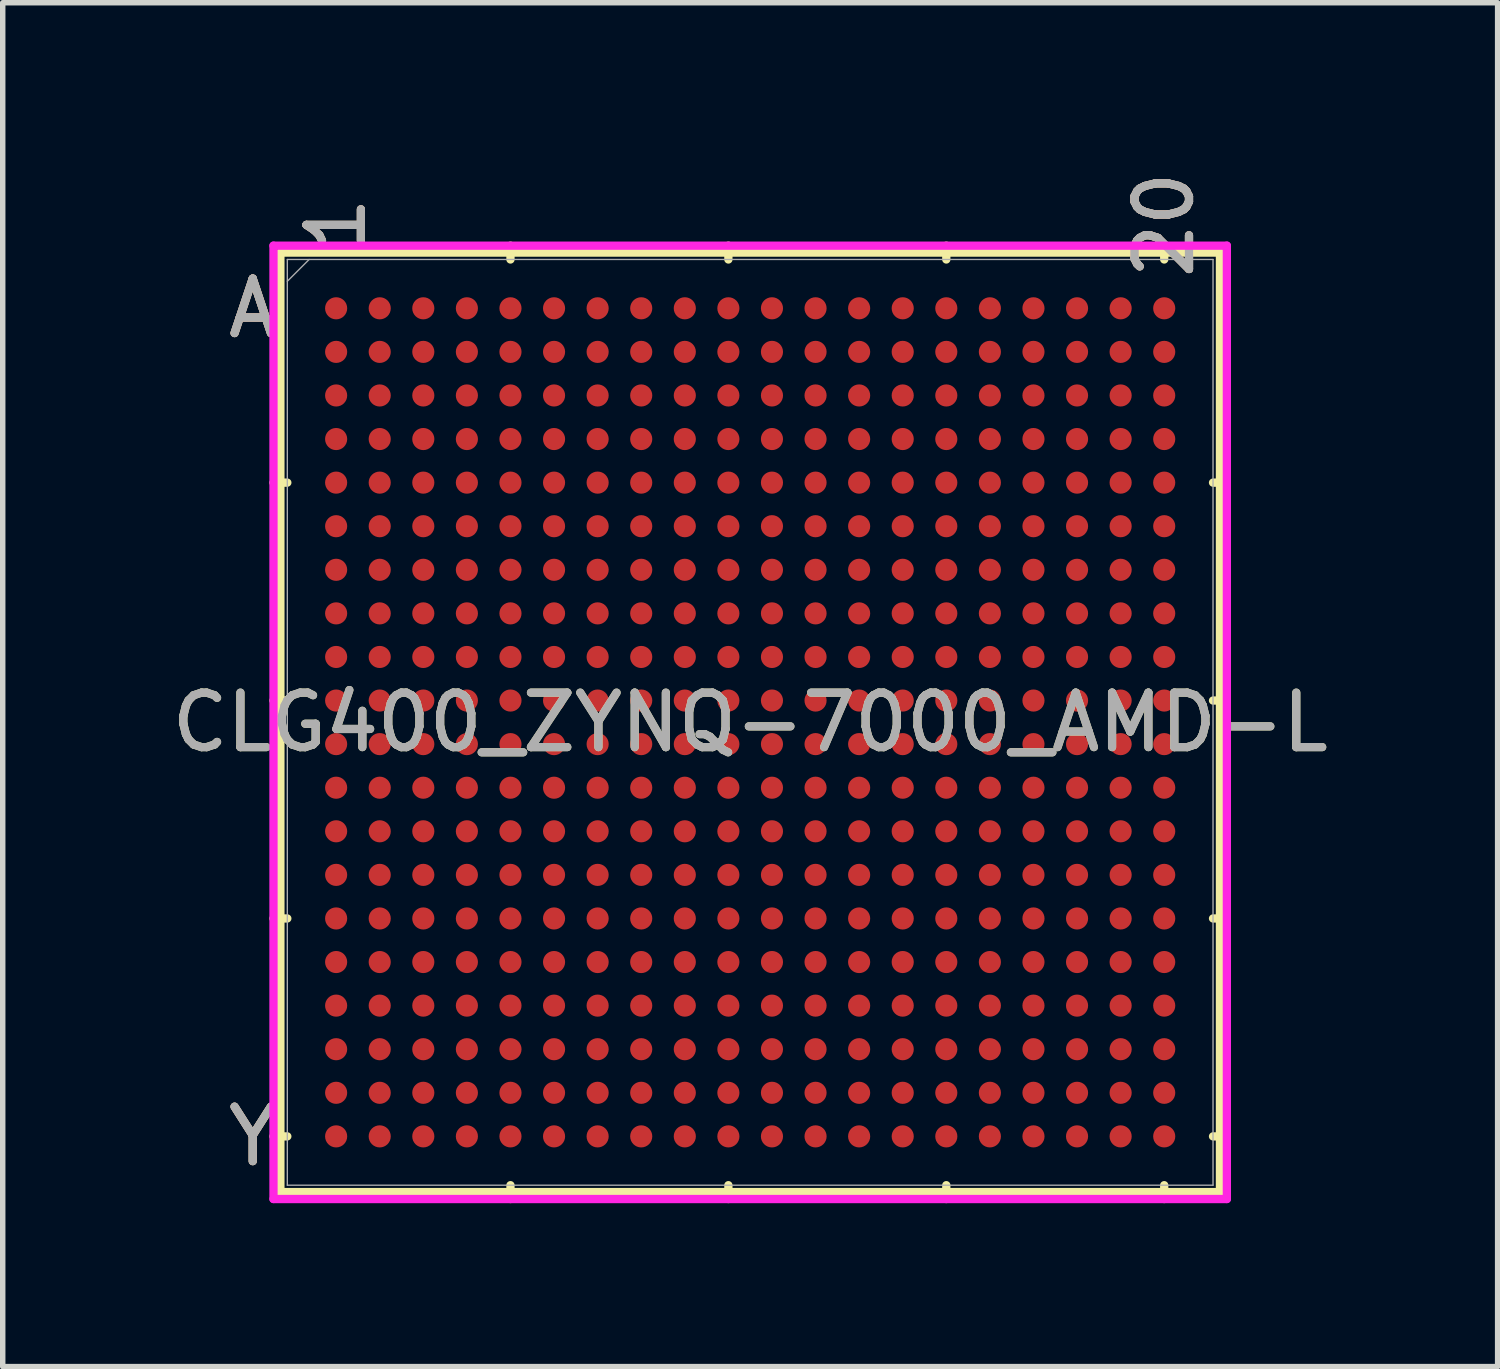
<source format=kicad_pcb>
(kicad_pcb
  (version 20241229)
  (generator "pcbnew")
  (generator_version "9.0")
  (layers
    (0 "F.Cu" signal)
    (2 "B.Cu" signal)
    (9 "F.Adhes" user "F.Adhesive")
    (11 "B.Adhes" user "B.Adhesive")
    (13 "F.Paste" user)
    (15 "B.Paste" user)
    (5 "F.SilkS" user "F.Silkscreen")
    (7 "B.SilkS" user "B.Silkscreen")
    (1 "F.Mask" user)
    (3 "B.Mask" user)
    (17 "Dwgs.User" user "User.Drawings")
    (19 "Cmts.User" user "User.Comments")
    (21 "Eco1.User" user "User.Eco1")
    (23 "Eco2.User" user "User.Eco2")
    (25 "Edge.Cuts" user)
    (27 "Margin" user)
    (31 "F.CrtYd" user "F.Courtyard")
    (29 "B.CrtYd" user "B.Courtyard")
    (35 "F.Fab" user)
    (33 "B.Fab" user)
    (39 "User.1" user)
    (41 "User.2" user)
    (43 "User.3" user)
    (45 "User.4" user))
  (footprint "CLG400_ZYNQ-7000_AMD-L"
    (layer "F.Cu")
    (at 10.72 10.209)
    (property "Reference" "CLG400_ZYNQ-7000_AMD-L" (at 0 0 0) (unlocked yes) (layer "F.SilkS") (effects (font (size 1 1) (thickness 0.15))))
    (attr smd)
    (fp_line (start -8.623 -8.623) (end -8.623 8.623) (stroke (width 0.152) (type solid)) (layer "F.SilkS"))
    (fp_line (start -8.623 8.623) (end 8.623 8.623) (stroke (width 0.152) (type solid)) (layer "F.SilkS"))
    (fp_line (start -8.496 -4.4) (end -8.75 -4.4) (stroke (width 0.152) (type solid)) (layer "F.SilkS"))
    (fp_line (start -8.496 -0.4) (end -8.75 -0.4) (stroke (width 0.152) (type solid)) (layer "F.SilkS"))
    (fp_line (start -8.496 3.6) (end -8.75 3.6) (stroke (width 0.152) (type solid)) (layer "F.SilkS"))
    (fp_line (start -8.496 7.6) (end -8.75 7.6) (stroke (width 0.152) (type solid)) (layer "F.SilkS"))
    (fp_line (start -4.4 -8.496) (end -4.4 -8.75) (stroke (width 0.152) (type solid)) (layer "F.SilkS"))
    (fp_line (start -4.4 8.496) (end -4.4 8.75) (stroke (width 0.152) (type solid)) (layer "F.SilkS"))
    (fp_line (start -0.4 -8.496) (end -0.4 -8.75) (stroke (width 0.152) (type solid)) (layer "F.SilkS"))
    (fp_line (start -0.4 8.496) (end -0.4 8.75) (stroke (width 0.152) (type solid)) (layer "F.SilkS"))
    (fp_line (start 3.6 -8.496) (end 3.6 -8.75) (stroke (width 0.152) (type solid)) (layer "F.SilkS"))
    (fp_line (start 3.6 8.496) (end 3.6 8.75) (stroke (width 0.152) (type solid)) (layer "F.SilkS"))
    (fp_line (start 7.6 -8.496) (end 7.6 -8.75) (stroke (width 0.152) (type solid)) (layer "F.SilkS"))
    (fp_line (start 7.6 8.496) (end 7.6 8.75) (stroke (width 0.152) (type solid)) (layer "F.SilkS"))
    (fp_line (start 8.496 -4.4) (end 8.75 -4.4) (stroke (width 0.152) (type solid)) (layer "F.SilkS"))
    (fp_line (start 8.496 -0.4) (end 8.75 -0.4) (stroke (width 0.152) (type solid)) (layer "F.SilkS"))
    (fp_line (start 8.496 3.6) (end 8.75 3.6) (stroke (width 0.152) (type solid)) (layer "F.SilkS"))
    (fp_line (start 8.496 7.6) (end 8.75 7.6) (stroke (width 0.152) (type solid)) (layer "F.SilkS"))
    (fp_line (start 8.623 -8.623) (end -8.623 -8.623) (stroke (width 0.152) (type solid)) (layer "F.SilkS"))
    (fp_line (start 8.623 8.623) (end 8.623 -8.623) (stroke (width 0.152) (type solid)) (layer "F.SilkS"))
    (fp_poly (pts (xy -8.444 -8.444) (xy 8.444 -8.444) (xy 8.444 8.444) (xy -8.444 8.444)) (stroke (width 0.1) (type solid)) (fill no) (layer "Eco2.User"))
    (fp_line (start -8.75 -8.75) (end 8.75 -8.75) (stroke (width 0.152) (type solid)) (layer "F.CrtYd"))
    (fp_line (start -8.75 8.75) (end -8.75 -8.75) (stroke (width 0.152) (type solid)) (layer "F.CrtYd"))
    (fp_line (start 8.75 -8.75) (end 8.75 8.75) (stroke (width 0.152) (type solid)) (layer "F.CrtYd"))
    (fp_line (start 8.75 8.75) (end -8.75 8.75) (stroke (width 0.152) (type solid)) (layer "F.CrtYd"))
    (fp_line (start -8.496 -8.496) (end -8.496 8.496) (stroke (width 0.025) (type solid)) (layer "F.Fab"))
    (fp_line (start -8.496 8.496) (end 8.496 8.496) (stroke (width 0.025) (type solid)) (layer "F.Fab"))
    (fp_line (start -8.096 -8.496) (end -8.496 -8.096) (stroke (width 0.025) (type solid)) (layer "F.Fab"))
    (fp_line (start 8.496 -8.496) (end -8.496 -8.496) (stroke (width 0.025) (type solid)) (layer "F.Fab"))
    (fp_line (start 8.496 8.496) (end 8.496 -8.496) (stroke (width 0.025) (type solid)) (layer "F.Fab"))
    (fp_text user "1" (at -7.6 -9.131 90) (unlocked yes) (layer "F.SilkS") (effects (font (size 1 1) (thickness 0.15))))
    (fp_text user "20" (at 7.6 -9.131 90) (unlocked yes) (layer "F.SilkS") (effects (font (size 1 1) (thickness 0.15))))
    (fp_text user "A" (at -9.131 -7.6 0) (unlocked yes) (layer "F.SilkS") (effects (font (size 1 1) (thickness 0.15))))
    (fp_text user "Y" (at -9.131 7.6 0) (unlocked yes) (layer "F.SilkS") (effects (font (size 1 1) (thickness 0.15))))
    (fp_text user "A" (at -9.131 -7.6 0) (unlocked yes) (layer "B.SilkS") (effects (font (size 1 1) (thickness 0.15))))
    (fp_text user "Y" (at -9.131 7.6 0) (unlocked yes) (layer "B.SilkS") (effects (font (size 1 1) (thickness 0.15))))
    (fp_text user "1" (at -7.6 -9.131 90) (unlocked yes) (layer "B.SilkS") (effects (font (size 1 1) (thickness 0.15))))
    (fp_text user "20" (at 7.6 -9.131 90) (unlocked yes) (layer "B.SilkS") (effects (font (size 1 1) (thickness 0.15))))
    (fp_text user "Y" (at -9.131 7.6 0) (unlocked yes) (layer "F.Fab") (effects (font (size 1 1) (thickness 0.15))))
    (fp_text user "20" (at 7.6 -9.131 90) (unlocked yes) (layer "F.Fab") (effects (font (size 1 1) (thickness 0.15))))
    (fp_text user "A" (at -9.131 -7.6 0) (unlocked yes) (layer "F.Fab") (effects (font (size 1 1) (thickness 0.15))))
    (fp_text user "1" (at -7.6 -9.131 90) (unlocked yes) (layer "F.Fab") (effects (font (size 1 1) (thickness 0.15))))
    (fp_text user "${REFERENCE}" (at 0 0 0) (unlocked yes) (layer "F.Fab") (effects (font (size 1 1) (thickness 0.15))))
    (pad "A1" smd circle (at -7.6 -7.6) (size 0.406 0.406) (layers "F.Cu" "F.Mask" "F.Paste"))
    (pad "A2" smd circle (at -6.8 -7.6) (size 0.406 0.406) (layers "F.Cu" "F.Mask" "F.Paste"))
    (pad "A3" smd circle (at -6 -7.6) (size 0.406 0.406) (layers "F.Cu" "F.Mask" "F.Paste"))
    (pad "A4" smd circle (at -5.2 -7.6) (size 0.406 0.406) (layers "F.Cu" "F.Mask" "F.Paste"))
    (pad "A5" smd circle (at -4.4 -7.6) (size 0.406 0.406) (layers "F.Cu" "F.Mask" "F.Paste"))
    (pad "A6" smd circle (at -3.6 -7.6) (size 0.406 0.406) (layers "F.Cu" "F.Mask" "F.Paste"))
    (pad "A7" smd circle (at -2.8 -7.6) (size 0.406 0.406) (layers "F.Cu" "F.Mask" "F.Paste"))
    (pad "A8" smd circle (at -2 -7.6) (size 0.406 0.406) (layers "F.Cu" "F.Mask" "F.Paste"))
    (pad "A9" smd circle (at -1.2 -7.6) (size 0.406 0.406) (layers "F.Cu" "F.Mask" "F.Paste"))
    (pad "A10" smd circle (at -0.4 -7.6) (size 0.406 0.406) (layers "F.Cu" "F.Mask" "F.Paste"))
    (pad "A11" smd circle (at 0.4 -7.6) (size 0.406 0.406) (layers "F.Cu" "F.Mask" "F.Paste"))
    (pad "A12" smd circle (at 1.2 -7.6) (size 0.406 0.406) (layers "F.Cu" "F.Mask" "F.Paste"))
    (pad "A13" smd circle (at 2 -7.6) (size 0.406 0.406) (layers "F.Cu" "F.Mask" "F.Paste"))
    (pad "A14" smd circle (at 2.8 -7.6) (size 0.406 0.406) (layers "F.Cu" "F.Mask" "F.Paste"))
    (pad "A15" smd circle (at 3.6 -7.6) (size 0.406 0.406) (layers "F.Cu" "F.Mask" "F.Paste"))
    (pad "A16" smd circle (at 4.4 -7.6) (size 0.406 0.406) (layers "F.Cu" "F.Mask" "F.Paste"))
    (pad "A17" smd circle (at 5.2 -7.6) (size 0.406 0.406) (layers "F.Cu" "F.Mask" "F.Paste"))
    (pad "A18" smd circle (at 6 -7.6) (size 0.406 0.406) (layers "F.Cu" "F.Mask" "F.Paste"))
    (pad "A19" smd circle (at 6.8 -7.6) (size 0.406 0.406) (layers "F.Cu" "F.Mask" "F.Paste"))
    (pad "A20" smd circle (at 7.6 -7.6) (size 0.406 0.406) (layers "F.Cu" "F.Mask" "F.Paste"))
    (pad "B1" smd circle (at -7.6 -6.8) (size 0.406 0.406) (layers "F.Cu" "F.Mask" "F.Paste"))
    (pad "B2" smd circle (at -6.8 -6.8) (size 0.406 0.406) (layers "F.Cu" "F.Mask" "F.Paste"))
    (pad "B3" smd circle (at -6 -6.8) (size 0.406 0.406) (layers "F.Cu" "F.Mask" "F.Paste"))
    (pad "B4" smd circle (at -5.2 -6.8) (size 0.406 0.406) (layers "F.Cu" "F.Mask" "F.Paste"))
    (pad "B5" smd circle (at -4.4 -6.8) (size 0.406 0.406) (layers "F.Cu" "F.Mask" "F.Paste"))
    (pad "B6" smd circle (at -3.6 -6.8) (size 0.406 0.406) (layers "F.Cu" "F.Mask" "F.Paste"))
    (pad "B7" smd circle (at -2.8 -6.8) (size 0.406 0.406) (layers "F.Cu" "F.Mask" "F.Paste"))
    (pad "B8" smd circle (at -2 -6.8) (size 0.406 0.406) (layers "F.Cu" "F.Mask" "F.Paste"))
    (pad "B9" smd circle (at -1.2 -6.8) (size 0.406 0.406) (layers "F.Cu" "F.Mask" "F.Paste"))
    (pad "B10" smd circle (at -0.4 -6.8) (size 0.406 0.406) (layers "F.Cu" "F.Mask" "F.Paste"))
    (pad "B11" smd circle (at 0.4 -6.8) (size 0.406 0.406) (layers "F.Cu" "F.Mask" "F.Paste"))
    (pad "B12" smd circle (at 1.2 -6.8) (size 0.406 0.406) (layers "F.Cu" "F.Mask" "F.Paste"))
    (pad "B13" smd circle (at 2 -6.8) (size 0.406 0.406) (layers "F.Cu" "F.Mask" "F.Paste"))
    (pad "B14" smd circle (at 2.8 -6.8) (size 0.406 0.406) (layers "F.Cu" "F.Mask" "F.Paste"))
    (pad "B15" smd circle (at 3.6 -6.8) (size 0.406 0.406) (layers "F.Cu" "F.Mask" "F.Paste"))
    (pad "B16" smd circle (at 4.4 -6.8) (size 0.406 0.406) (layers "F.Cu" "F.Mask" "F.Paste"))
    (pad "B17" smd circle (at 5.2 -6.8) (size 0.406 0.406) (layers "F.Cu" "F.Mask" "F.Paste"))
    (pad "B18" smd circle (at 6 -6.8) (size 0.406 0.406) (layers "F.Cu" "F.Mask" "F.Paste"))
    (pad "B19" smd circle (at 6.8 -6.8) (size 0.406 0.406) (layers "F.Cu" "F.Mask" "F.Paste"))
    (pad "B20" smd circle (at 7.6 -6.8) (size 0.406 0.406) (layers "F.Cu" "F.Mask" "F.Paste"))
    (pad "C1" smd circle (at -7.6 -6) (size 0.406 0.406) (layers "F.Cu" "F.Mask" "F.Paste"))
    (pad "C2" smd circle (at -6.8 -6) (size 0.406 0.406) (layers "F.Cu" "F.Mask" "F.Paste"))
    (pad "C3" smd circle (at -6 -6) (size 0.406 0.406) (layers "F.Cu" "F.Mask" "F.Paste"))
    (pad "C4" smd circle (at -5.2 -6) (size 0.406 0.406) (layers "F.Cu" "F.Mask" "F.Paste"))
    (pad "C5" smd circle (at -4.4 -6) (size 0.406 0.406) (layers "F.Cu" "F.Mask" "F.Paste"))
    (pad "C6" smd circle (at -3.6 -6) (size 0.406 0.406) (layers "F.Cu" "F.Mask" "F.Paste"))
    (pad "C7" smd circle (at -2.8 -6) (size 0.406 0.406) (layers "F.Cu" "F.Mask" "F.Paste"))
    (pad "C8" smd circle (at -2 -6) (size 0.406 0.406) (layers "F.Cu" "F.Mask" "F.Paste"))
    (pad "C9" smd circle (at -1.2 -6) (size 0.406 0.406) (layers "F.Cu" "F.Mask" "F.Paste"))
    (pad "C10" smd circle (at -0.4 -6) (size 0.406 0.406) (layers "F.Cu" "F.Mask" "F.Paste"))
    (pad "C11" smd circle (at 0.4 -6) (size 0.406 0.406) (layers "F.Cu" "F.Mask" "F.Paste"))
    (pad "C12" smd circle (at 1.2 -6) (size 0.406 0.406) (layers "F.Cu" "F.Mask" "F.Paste"))
    (pad "C13" smd circle (at 2 -6) (size 0.406 0.406) (layers "F.Cu" "F.Mask" "F.Paste"))
    (pad "C14" smd circle (at 2.8 -6) (size 0.406 0.406) (layers "F.Cu" "F.Mask" "F.Paste"))
    (pad "C15" smd circle (at 3.6 -6) (size 0.406 0.406) (layers "F.Cu" "F.Mask" "F.Paste"))
    (pad "C16" smd circle (at 4.4 -6) (size 0.406 0.406) (layers "F.Cu" "F.Mask" "F.Paste"))
    (pad "C17" smd circle (at 5.2 -6) (size 0.406 0.406) (layers "F.Cu" "F.Mask" "F.Paste"))
    (pad "C18" smd circle (at 6 -6) (size 0.406 0.406) (layers "F.Cu" "F.Mask" "F.Paste"))
    (pad "C19" smd circle (at 6.8 -6) (size 0.406 0.406) (layers "F.Cu" "F.Mask" "F.Paste"))
    (pad "C20" smd circle (at 7.6 -6) (size 0.406 0.406) (layers "F.Cu" "F.Mask" "F.Paste"))
    (pad "D1" smd circle (at -7.6 -5.2) (size 0.406 0.406) (layers "F.Cu" "F.Mask" "F.Paste"))
    (pad "D2" smd circle (at -6.8 -5.2) (size 0.406 0.406) (layers "F.Cu" "F.Mask" "F.Paste"))
    (pad "D3" smd circle (at -6 -5.2) (size 0.406 0.406) (layers "F.Cu" "F.Mask" "F.Paste"))
    (pad "D4" smd circle (at -5.2 -5.2) (size 0.406 0.406) (layers "F.Cu" "F.Mask" "F.Paste"))
    (pad "D5" smd circle (at -4.4 -5.2) (size 0.406 0.406) (layers "F.Cu" "F.Mask" "F.Paste"))
    (pad "D6" smd circle (at -3.6 -5.2) (size 0.406 0.406) (layers "F.Cu" "F.Mask" "F.Paste"))
    (pad "D7" smd circle (at -2.8 -5.2) (size 0.406 0.406) (layers "F.Cu" "F.Mask" "F.Paste"))
    (pad "D8" smd circle (at -2 -5.2) (size 0.406 0.406) (layers "F.Cu" "F.Mask" "F.Paste"))
    (pad "D9" smd circle (at -1.2 -5.2) (size 0.406 0.406) (layers "F.Cu" "F.Mask" "F.Paste"))
    (pad "D10" smd circle (at -0.4 -5.2) (size 0.406 0.406) (layers "F.Cu" "F.Mask" "F.Paste"))
    (pad "D11" smd circle (at 0.4 -5.2) (size 0.406 0.406) (layers "F.Cu" "F.Mask" "F.Paste"))
    (pad "D12" smd circle (at 1.2 -5.2) (size 0.406 0.406) (layers "F.Cu" "F.Mask" "F.Paste"))
    (pad "D13" smd circle (at 2 -5.2) (size 0.406 0.406) (layers "F.Cu" "F.Mask" "F.Paste"))
    (pad "D14" smd circle (at 2.8 -5.2) (size 0.406 0.406) (layers "F.Cu" "F.Mask" "F.Paste"))
    (pad "D15" smd circle (at 3.6 -5.2) (size 0.406 0.406) (layers "F.Cu" "F.Mask" "F.Paste"))
    (pad "D16" smd circle (at 4.4 -5.2) (size 0.406 0.406) (layers "F.Cu" "F.Mask" "F.Paste"))
    (pad "D17" smd circle (at 5.2 -5.2) (size 0.406 0.406) (layers "F.Cu" "F.Mask" "F.Paste"))
    (pad "D18" smd circle (at 6 -5.2) (size 0.406 0.406) (layers "F.Cu" "F.Mask" "F.Paste"))
    (pad "D19" smd circle (at 6.8 -5.2) (size 0.406 0.406) (layers "F.Cu" "F.Mask" "F.Paste"))
    (pad "D20" smd circle (at 7.6 -5.2) (size 0.406 0.406) (layers "F.Cu" "F.Mask" "F.Paste"))
    (pad "E1" smd circle (at -7.6 -4.4) (size 0.406 0.406) (layers "F.Cu" "F.Mask" "F.Paste"))
    (pad "E2" smd circle (at -6.8 -4.4) (size 0.406 0.406) (layers "F.Cu" "F.Mask" "F.Paste"))
    (pad "E3" smd circle (at -6 -4.4) (size 0.406 0.406) (layers "F.Cu" "F.Mask" "F.Paste"))
    (pad "E4" smd circle (at -5.2 -4.4) (size 0.406 0.406) (layers "F.Cu" "F.Mask" "F.Paste"))
    (pad "E5" smd circle (at -4.4 -4.4) (size 0.406 0.406) (layers "F.Cu" "F.Mask" "F.Paste"))
    (pad "E6" smd circle (at -3.6 -4.4) (size 0.406 0.406) (layers "F.Cu" "F.Mask" "F.Paste"))
    (pad "E7" smd circle (at -2.8 -4.4) (size 0.406 0.406) (layers "F.Cu" "F.Mask" "F.Paste"))
    (pad "E8" smd circle (at -2 -4.4) (size 0.406 0.406) (layers "F.Cu" "F.Mask" "F.Paste"))
    (pad "E9" smd circle (at -1.2 -4.4) (size 0.406 0.406) (layers "F.Cu" "F.Mask" "F.Paste"))
    (pad "E10" smd circle (at -0.4 -4.4) (size 0.406 0.406) (layers "F.Cu" "F.Mask" "F.Paste"))
    (pad "E11" smd circle (at 0.4 -4.4) (size 0.406 0.406) (layers "F.Cu" "F.Mask" "F.Paste"))
    (pad "E12" smd circle (at 1.2 -4.4) (size 0.406 0.406) (layers "F.Cu" "F.Mask" "F.Paste"))
    (pad "E13" smd circle (at 2 -4.4) (size 0.406 0.406) (layers "F.Cu" "F.Mask" "F.Paste"))
    (pad "E14" smd circle (at 2.8 -4.4) (size 0.406 0.406) (layers "F.Cu" "F.Mask" "F.Paste"))
    (pad "E15" smd circle (at 3.6 -4.4) (size 0.406 0.406) (layers "F.Cu" "F.Mask" "F.Paste"))
    (pad "E16" smd circle (at 4.4 -4.4) (size 0.406 0.406) (layers "F.Cu" "F.Mask" "F.Paste"))
    (pad "E17" smd circle (at 5.2 -4.4) (size 0.406 0.406) (layers "F.Cu" "F.Mask" "F.Paste"))
    (pad "E18" smd circle (at 6 -4.4) (size 0.406 0.406) (layers "F.Cu" "F.Mask" "F.Paste"))
    (pad "E19" smd circle (at 6.8 -4.4) (size 0.406 0.406) (layers "F.Cu" "F.Mask" "F.Paste"))
    (pad "E20" smd circle (at 7.6 -4.4) (size 0.406 0.406) (layers "F.Cu" "F.Mask" "F.Paste"))
    (pad "F1" smd circle (at -7.6 -3.6) (size 0.406 0.406) (layers "F.Cu" "F.Mask" "F.Paste"))
    (pad "F2" smd circle (at -6.8 -3.6) (size 0.406 0.406) (layers "F.Cu" "F.Mask" "F.Paste"))
    (pad "F3" smd circle (at -6 -3.6) (size 0.406 0.406) (layers "F.Cu" "F.Mask" "F.Paste"))
    (pad "F4" smd circle (at -5.2 -3.6) (size 0.406 0.406) (layers "F.Cu" "F.Mask" "F.Paste"))
    (pad "F5" smd circle (at -4.4 -3.6) (size 0.406 0.406) (layers "F.Cu" "F.Mask" "F.Paste"))
    (pad "F6" smd circle (at -3.6 -3.6) (size 0.406 0.406) (layers "F.Cu" "F.Mask" "F.Paste"))
    (pad "F7" smd circle (at -2.8 -3.6) (size 0.406 0.406) (layers "F.Cu" "F.Mask" "F.Paste"))
    (pad "F8" smd circle (at -2 -3.6) (size 0.406 0.406) (layers "F.Cu" "F.Mask" "F.Paste"))
    (pad "F9" smd circle (at -1.2 -3.6) (size 0.406 0.406) (layers "F.Cu" "F.Mask" "F.Paste"))
    (pad "F10" smd circle (at -0.4 -3.6) (size 0.406 0.406) (layers "F.Cu" "F.Mask" "F.Paste"))
    (pad "F11" smd circle (at 0.4 -3.6) (size 0.406 0.406) (layers "F.Cu" "F.Mask" "F.Paste"))
    (pad "F12" smd circle (at 1.2 -3.6) (size 0.406 0.406) (layers "F.Cu" "F.Mask" "F.Paste"))
    (pad "F13" smd circle (at 2 -3.6) (size 0.406 0.406) (layers "F.Cu" "F.Mask" "F.Paste"))
    (pad "F14" smd circle (at 2.8 -3.6) (size 0.406 0.406) (layers "F.Cu" "F.Mask" "F.Paste"))
    (pad "F15" smd circle (at 3.6 -3.6) (size 0.406 0.406) (layers "F.Cu" "F.Mask" "F.Paste"))
    (pad "F16" smd circle (at 4.4 -3.6) (size 0.406 0.406) (layers "F.Cu" "F.Mask" "F.Paste"))
    (pad "F17" smd circle (at 5.2 -3.6) (size 0.406 0.406) (layers "F.Cu" "F.Mask" "F.Paste"))
    (pad "F18" smd circle (at 6 -3.6) (size 0.406 0.406) (layers "F.Cu" "F.Mask" "F.Paste"))
    (pad "F19" smd circle (at 6.8 -3.6) (size 0.406 0.406) (layers "F.Cu" "F.Mask" "F.Paste"))
    (pad "F20" smd circle (at 7.6 -3.6) (size 0.406 0.406) (layers "F.Cu" "F.Mask" "F.Paste"))
    (pad "G1" smd circle (at -7.6 -2.8) (size 0.406 0.406) (layers "F.Cu" "F.Mask" "F.Paste"))
    (pad "G2" smd circle (at -6.8 -2.8) (size 0.406 0.406) (layers "F.Cu" "F.Mask" "F.Paste"))
    (pad "G3" smd circle (at -6 -2.8) (size 0.406 0.406) (layers "F.Cu" "F.Mask" "F.Paste"))
    (pad "G4" smd circle (at -5.2 -2.8) (size 0.406 0.406) (layers "F.Cu" "F.Mask" "F.Paste"))
    (pad "G5" smd circle (at -4.4 -2.8) (size 0.406 0.406) (layers "F.Cu" "F.Mask" "F.Paste"))
    (pad "G6" smd circle (at -3.6 -2.8) (size 0.406 0.406) (layers "F.Cu" "F.Mask" "F.Paste"))
    (pad "G7" smd circle (at -2.8 -2.8) (size 0.406 0.406) (layers "F.Cu" "F.Mask" "F.Paste"))
    (pad "G8" smd circle (at -2 -2.8) (size 0.406 0.406) (layers "F.Cu" "F.Mask" "F.Paste"))
    (pad "G9" smd circle (at -1.2 -2.8) (size 0.406 0.406) (layers "F.Cu" "F.Mask" "F.Paste"))
    (pad "G10" smd circle (at -0.4 -2.8) (size 0.406 0.406) (layers "F.Cu" "F.Mask" "F.Paste"))
    (pad "G11" smd circle (at 0.4 -2.8) (size 0.406 0.406) (layers "F.Cu" "F.Mask" "F.Paste"))
    (pad "G12" smd circle (at 1.2 -2.8) (size 0.406 0.406) (layers "F.Cu" "F.Mask" "F.Paste"))
    (pad "G13" smd circle (at 2 -2.8) (size 0.406 0.406) (layers "F.Cu" "F.Mask" "F.Paste"))
    (pad "G14" smd circle (at 2.8 -2.8) (size 0.406 0.406) (layers "F.Cu" "F.Mask" "F.Paste"))
    (pad "G15" smd circle (at 3.6 -2.8) (size 0.406 0.406) (layers "F.Cu" "F.Mask" "F.Paste"))
    (pad "G16" smd circle (at 4.4 -2.8) (size 0.406 0.406) (layers "F.Cu" "F.Mask" "F.Paste"))
    (pad "G17" smd circle (at 5.2 -2.8) (size 0.406 0.406) (layers "F.Cu" "F.Mask" "F.Paste"))
    (pad "G18" smd circle (at 6 -2.8) (size 0.406 0.406) (layers "F.Cu" "F.Mask" "F.Paste"))
    (pad "G19" smd circle (at 6.8 -2.8) (size 0.406 0.406) (layers "F.Cu" "F.Mask" "F.Paste"))
    (pad "G20" smd circle (at 7.6 -2.8) (size 0.406 0.406) (layers "F.Cu" "F.Mask" "F.Paste"))
    (pad "H1" smd circle (at -7.6 -2) (size 0.406 0.406) (layers "F.Cu" "F.Mask" "F.Paste"))
    (pad "H2" smd circle (at -6.8 -2) (size 0.406 0.406) (layers "F.Cu" "F.Mask" "F.Paste"))
    (pad "H3" smd circle (at -6 -2) (size 0.406 0.406) (layers "F.Cu" "F.Mask" "F.Paste"))
    (pad "H4" smd circle (at -5.2 -2) (size 0.406 0.406) (layers "F.Cu" "F.Mask" "F.Paste"))
    (pad "H5" smd circle (at -4.4 -2) (size 0.406 0.406) (layers "F.Cu" "F.Mask" "F.Paste"))
    (pad "H6" smd circle (at -3.6 -2) (size 0.406 0.406) (layers "F.Cu" "F.Mask" "F.Paste"))
    (pad "H7" smd circle (at -2.8 -2) (size 0.406 0.406) (layers "F.Cu" "F.Mask" "F.Paste"))
    (pad "H8" smd circle (at -2 -2) (size 0.406 0.406) (layers "F.Cu" "F.Mask" "F.Paste"))
    (pad "H9" smd circle (at -1.2 -2) (size 0.406 0.406) (layers "F.Cu" "F.Mask" "F.Paste"))
    (pad "H10" smd circle (at -0.4 -2) (size 0.406 0.406) (layers "F.Cu" "F.Mask" "F.Paste"))
    (pad "H11" smd circle (at 0.4 -2) (size 0.406 0.406) (layers "F.Cu" "F.Mask" "F.Paste"))
    (pad "H12" smd circle (at 1.2 -2) (size 0.406 0.406) (layers "F.Cu" "F.Mask" "F.Paste"))
    (pad "H13" smd circle (at 2 -2) (size 0.406 0.406) (layers "F.Cu" "F.Mask" "F.Paste"))
    (pad "H14" smd circle (at 2.8 -2) (size 0.406 0.406) (layers "F.Cu" "F.Mask" "F.Paste"))
    (pad "H15" smd circle (at 3.6 -2) (size 0.406 0.406) (layers "F.Cu" "F.Mask" "F.Paste"))
    (pad "H16" smd circle (at 4.4 -2) (size 0.406 0.406) (layers "F.Cu" "F.Mask" "F.Paste"))
    (pad "H17" smd circle (at 5.2 -2) (size 0.406 0.406) (layers "F.Cu" "F.Mask" "F.Paste"))
    (pad "H18" smd circle (at 6 -2) (size 0.406 0.406) (layers "F.Cu" "F.Mask" "F.Paste"))
    (pad "H19" smd circle (at 6.8 -2) (size 0.406 0.406) (layers "F.Cu" "F.Mask" "F.Paste"))
    (pad "H20" smd circle (at 7.6 -2) (size 0.406 0.406) (layers "F.Cu" "F.Mask" "F.Paste"))
    (pad "J1" smd circle (at -7.6 -1.2) (size 0.406 0.406) (layers "F.Cu" "F.Mask" "F.Paste"))
    (pad "J2" smd circle (at -6.8 -1.2) (size 0.406 0.406) (layers "F.Cu" "F.Mask" "F.Paste"))
    (pad "J3" smd circle (at -6 -1.2) (size 0.406 0.406) (layers "F.Cu" "F.Mask" "F.Paste"))
    (pad "J4" smd circle (at -5.2 -1.2) (size 0.406 0.406) (layers "F.Cu" "F.Mask" "F.Paste"))
    (pad "J5" smd circle (at -4.4 -1.2) (size 0.406 0.406) (layers "F.Cu" "F.Mask" "F.Paste"))
    (pad "J6" smd circle (at -3.6 -1.2) (size 0.406 0.406) (layers "F.Cu" "F.Mask" "F.Paste"))
    (pad "J7" smd circle (at -2.8 -1.2) (size 0.406 0.406) (layers "F.Cu" "F.Mask" "F.Paste"))
    (pad "J8" smd circle (at -2 -1.2) (size 0.406 0.406) (layers "F.Cu" "F.Mask" "F.Paste"))
    (pad "J9" smd circle (at -1.2 -1.2) (size 0.406 0.406) (layers "F.Cu" "F.Mask" "F.Paste"))
    (pad "J10" smd circle (at -0.4 -1.2) (size 0.406 0.406) (layers "F.Cu" "F.Mask" "F.Paste"))
    (pad "J11" smd circle (at 0.4 -1.2) (size 0.406 0.406) (layers "F.Cu" "F.Mask" "F.Paste"))
    (pad "J12" smd circle (at 1.2 -1.2) (size 0.406 0.406) (layers "F.Cu" "F.Mask" "F.Paste"))
    (pad "J13" smd circle (at 2 -1.2) (size 0.406 0.406) (layers "F.Cu" "F.Mask" "F.Paste"))
    (pad "J14" smd circle (at 2.8 -1.2) (size 0.406 0.406) (layers "F.Cu" "F.Mask" "F.Paste"))
    (pad "J15" smd circle (at 3.6 -1.2) (size 0.406 0.406) (layers "F.Cu" "F.Mask" "F.Paste"))
    (pad "J16" smd circle (at 4.4 -1.2) (size 0.406 0.406) (layers "F.Cu" "F.Mask" "F.Paste"))
    (pad "J17" smd circle (at 5.2 -1.2) (size 0.406 0.406) (layers "F.Cu" "F.Mask" "F.Paste"))
    (pad "J18" smd circle (at 6 -1.2) (size 0.406 0.406) (layers "F.Cu" "F.Mask" "F.Paste"))
    (pad "J19" smd circle (at 6.8 -1.2) (size 0.406 0.406) (layers "F.Cu" "F.Mask" "F.Paste"))
    (pad "J20" smd circle (at 7.6 -1.2) (size 0.406 0.406) (layers "F.Cu" "F.Mask" "F.Paste"))
    (pad "K1" smd circle (at -7.6 -0.4) (size 0.406 0.406) (layers "F.Cu" "F.Mask" "F.Paste"))
    (pad "K2" smd circle (at -6.8 -0.4) (size 0.406 0.406) (layers "F.Cu" "F.Mask" "F.Paste"))
    (pad "K3" smd circle (at -6 -0.4) (size 0.406 0.406) (layers "F.Cu" "F.Mask" "F.Paste"))
    (pad "K4" smd circle (at -5.2 -0.4) (size 0.406 0.406) (layers "F.Cu" "F.Mask" "F.Paste"))
    (pad "K5" smd circle (at -4.4 -0.4) (size 0.406 0.406) (layers "F.Cu" "F.Mask" "F.Paste"))
    (pad "K6" smd circle (at -3.6 -0.4) (size 0.406 0.406) (layers "F.Cu" "F.Mask" "F.Paste"))
    (pad "K7" smd circle (at -2.8 -0.4) (size 0.406 0.406) (layers "F.Cu" "F.Mask" "F.Paste"))
    (pad "K8" smd circle (at -2 -0.4) (size 0.406 0.406) (layers "F.Cu" "F.Mask" "F.Paste"))
    (pad "K9" smd circle (at -1.2 -0.4) (size 0.406 0.406) (layers "F.Cu" "F.Mask" "F.Paste"))
    (pad "K10" smd circle (at -0.4 -0.4) (size 0.406 0.406) (layers "F.Cu" "F.Mask" "F.Paste"))
    (pad "K11" smd circle (at 0.4 -0.4) (size 0.406 0.406) (layers "F.Cu" "F.Mask" "F.Paste"))
    (pad "K12" smd circle (at 1.2 -0.4) (size 0.406 0.406) (layers "F.Cu" "F.Mask" "F.Paste"))
    (pad "K13" smd circle (at 2 -0.4) (size 0.406 0.406) (layers "F.Cu" "F.Mask" "F.Paste"))
    (pad "K14" smd circle (at 2.8 -0.4) (size 0.406 0.406) (layers "F.Cu" "F.Mask" "F.Paste"))
    (pad "K15" smd circle (at 3.6 -0.4) (size 0.406 0.406) (layers "F.Cu" "F.Mask" "F.Paste"))
    (pad "K16" smd circle (at 4.4 -0.4) (size 0.406 0.406) (layers "F.Cu" "F.Mask" "F.Paste"))
    (pad "K17" smd circle (at 5.2 -0.4) (size 0.406 0.406) (layers "F.Cu" "F.Mask" "F.Paste"))
    (pad "K18" smd circle (at 6 -0.4) (size 0.406 0.406) (layers "F.Cu" "F.Mask" "F.Paste"))
    (pad "K19" smd circle (at 6.8 -0.4) (size 0.406 0.406) (layers "F.Cu" "F.Mask" "F.Paste"))
    (pad "K20" smd circle (at 7.6 -0.4) (size 0.406 0.406) (layers "F.Cu" "F.Mask" "F.Paste"))
    (pad "L1" smd circle (at -7.6 0.4) (size 0.406 0.406) (layers "F.Cu" "F.Mask" "F.Paste"))
    (pad "L2" smd circle (at -6.8 0.4) (size 0.406 0.406) (layers "F.Cu" "F.Mask" "F.Paste"))
    (pad "L3" smd circle (at -6 0.4) (size 0.406 0.406) (layers "F.Cu" "F.Mask" "F.Paste"))
    (pad "L4" smd circle (at -5.2 0.4) (size 0.406 0.406) (layers "F.Cu" "F.Mask" "F.Paste"))
    (pad "L5" smd circle (at -4.4 0.4) (size 0.406 0.406) (layers "F.Cu" "F.Mask" "F.Paste"))
    (pad "L6" smd circle (at -3.6 0.4) (size 0.406 0.406) (layers "F.Cu" "F.Mask" "F.Paste"))
    (pad "L7" smd circle (at -2.8 0.4) (size 0.406 0.406) (layers "F.Cu" "F.Mask" "F.Paste"))
    (pad "L8" smd circle (at -2 0.4) (size 0.406 0.406) (layers "F.Cu" "F.Mask" "F.Paste"))
    (pad "L9" smd circle (at -1.2 0.4) (size 0.406 0.406) (layers "F.Cu" "F.Mask" "F.Paste"))
    (pad "L10" smd circle (at -0.4 0.4) (size 0.406 0.406) (layers "F.Cu" "F.Mask" "F.Paste"))
    (pad "L11" smd circle (at 0.4 0.4) (size 0.406 0.406) (layers "F.Cu" "F.Mask" "F.Paste"))
    (pad "L12" smd circle (at 1.2 0.4) (size 0.406 0.406) (layers "F.Cu" "F.Mask" "F.Paste"))
    (pad "L13" smd circle (at 2 0.4) (size 0.406 0.406) (layers "F.Cu" "F.Mask" "F.Paste"))
    (pad "L14" smd circle (at 2.8 0.4) (size 0.406 0.406) (layers "F.Cu" "F.Mask" "F.Paste"))
    (pad "L15" smd circle (at 3.6 0.4) (size 0.406 0.406) (layers "F.Cu" "F.Mask" "F.Paste"))
    (pad "L16" smd circle (at 4.4 0.4) (size 0.406 0.406) (layers "F.Cu" "F.Mask" "F.Paste"))
    (pad "L17" smd circle (at 5.2 0.4) (size 0.406 0.406) (layers "F.Cu" "F.Mask" "F.Paste"))
    (pad "L18" smd circle (at 6 0.4) (size 0.406 0.406) (layers "F.Cu" "F.Mask" "F.Paste"))
    (pad "L19" smd circle (at 6.8 0.4) (size 0.406 0.406) (layers "F.Cu" "F.Mask" "F.Paste"))
    (pad "L20" smd circle (at 7.6 0.4) (size 0.406 0.406) (layers "F.Cu" "F.Mask" "F.Paste"))
    (pad "M1" smd circle (at -7.6 1.2) (size 0.406 0.406) (layers "F.Cu" "F.Mask" "F.Paste"))
    (pad "M2" smd circle (at -6.8 1.2) (size 0.406 0.406) (layers "F.Cu" "F.Mask" "F.Paste"))
    (pad "M3" smd circle (at -6 1.2) (size 0.406 0.406) (layers "F.Cu" "F.Mask" "F.Paste"))
    (pad "M4" smd circle (at -5.2 1.2) (size 0.406 0.406) (layers "F.Cu" "F.Mask" "F.Paste"))
    (pad "M5" smd circle (at -4.4 1.2) (size 0.406 0.406) (layers "F.Cu" "F.Mask" "F.Paste"))
    (pad "M6" smd circle (at -3.6 1.2) (size 0.406 0.406) (layers "F.Cu" "F.Mask" "F.Paste"))
    (pad "M7" smd circle (at -2.8 1.2) (size 0.406 0.406) (layers "F.Cu" "F.Mask" "F.Paste"))
    (pad "M8" smd circle (at -2 1.2) (size 0.406 0.406) (layers "F.Cu" "F.Mask" "F.Paste"))
    (pad "M9" smd circle (at -1.2 1.2) (size 0.406 0.406) (layers "F.Cu" "F.Mask" "F.Paste"))
    (pad "M10" smd circle (at -0.4 1.2) (size 0.406 0.406) (layers "F.Cu" "F.Mask" "F.Paste"))
    (pad "M11" smd circle (at 0.4 1.2) (size 0.406 0.406) (layers "F.Cu" "F.Mask" "F.Paste"))
    (pad "M12" smd circle (at 1.2 1.2) (size 0.406 0.406) (layers "F.Cu" "F.Mask" "F.Paste"))
    (pad "M13" smd circle (at 2 1.2) (size 0.406 0.406) (layers "F.Cu" "F.Mask" "F.Paste"))
    (pad "M14" smd circle (at 2.8 1.2) (size 0.406 0.406) (layers "F.Cu" "F.Mask" "F.Paste"))
    (pad "M15" smd circle (at 3.6 1.2) (size 0.406 0.406) (layers "F.Cu" "F.Mask" "F.Paste"))
    (pad "M16" smd circle (at 4.4 1.2) (size 0.406 0.406) (layers "F.Cu" "F.Mask" "F.Paste"))
    (pad "M17" smd circle (at 5.2 1.2) (size 0.406 0.406) (layers "F.Cu" "F.Mask" "F.Paste"))
    (pad "M18" smd circle (at 6 1.2) (size 0.406 0.406) (layers "F.Cu" "F.Mask" "F.Paste"))
    (pad "M19" smd circle (at 6.8 1.2) (size 0.406 0.406) (layers "F.Cu" "F.Mask" "F.Paste"))
    (pad "M20" smd circle (at 7.6 1.2) (size 0.406 0.406) (layers "F.Cu" "F.Mask" "F.Paste"))
    (pad "N1" smd circle (at -7.6 2) (size 0.406 0.406) (layers "F.Cu" "F.Mask" "F.Paste"))
    (pad "N2" smd circle (at -6.8 2) (size 0.406 0.406) (layers "F.Cu" "F.Mask" "F.Paste"))
    (pad "N3" smd circle (at -6 2) (size 0.406 0.406) (layers "F.Cu" "F.Mask" "F.Paste"))
    (pad "N4" smd circle (at -5.2 2) (size 0.406 0.406) (layers "F.Cu" "F.Mask" "F.Paste"))
    (pad "N5" smd circle (at -4.4 2) (size 0.406 0.406) (layers "F.Cu" "F.Mask" "F.Paste"))
    (pad "N6" smd circle (at -3.6 2) (size 0.406 0.406) (layers "F.Cu" "F.Mask" "F.Paste"))
    (pad "N7" smd circle (at -2.8 2) (size 0.406 0.406) (layers "F.Cu" "F.Mask" "F.Paste"))
    (pad "N8" smd circle (at -2 2) (size 0.406 0.406) (layers "F.Cu" "F.Mask" "F.Paste"))
    (pad "N9" smd circle (at -1.2 2) (size 0.406 0.406) (layers "F.Cu" "F.Mask" "F.Paste"))
    (pad "N10" smd circle (at -0.4 2) (size 0.406 0.406) (layers "F.Cu" "F.Mask" "F.Paste"))
    (pad "N11" smd circle (at 0.4 2) (size 0.406 0.406) (layers "F.Cu" "F.Mask" "F.Paste"))
    (pad "N12" smd circle (at 1.2 2) (size 0.406 0.406) (layers "F.Cu" "F.Mask" "F.Paste"))
    (pad "N13" smd circle (at 2 2) (size 0.406 0.406) (layers "F.Cu" "F.Mask" "F.Paste"))
    (pad "N14" smd circle (at 2.8 2) (size 0.406 0.406) (layers "F.Cu" "F.Mask" "F.Paste"))
    (pad "N15" smd circle (at 3.6 2) (size 0.406 0.406) (layers "F.Cu" "F.Mask" "F.Paste"))
    (pad "N16" smd circle (at 4.4 2) (size 0.406 0.406) (layers "F.Cu" "F.Mask" "F.Paste"))
    (pad "N17" smd circle (at 5.2 2) (size 0.406 0.406) (layers "F.Cu" "F.Mask" "F.Paste"))
    (pad "N18" smd circle (at 6 2) (size 0.406 0.406) (layers "F.Cu" "F.Mask" "F.Paste"))
    (pad "N19" smd circle (at 6.8 2) (size 0.406 0.406) (layers "F.Cu" "F.Mask" "F.Paste"))
    (pad "N20" smd circle (at 7.6 2) (size 0.406 0.406) (layers "F.Cu" "F.Mask" "F.Paste"))
    (pad "P1" smd circle (at -7.6 2.8) (size 0.406 0.406) (layers "F.Cu" "F.Mask" "F.Paste"))
    (pad "P2" smd circle (at -6.8 2.8) (size 0.406 0.406) (layers "F.Cu" "F.Mask" "F.Paste"))
    (pad "P3" smd circle (at -6 2.8) (size 0.406 0.406) (layers "F.Cu" "F.Mask" "F.Paste"))
    (pad "P4" smd circle (at -5.2 2.8) (size 0.406 0.406) (layers "F.Cu" "F.Mask" "F.Paste"))
    (pad "P5" smd circle (at -4.4 2.8) (size 0.406 0.406) (layers "F.Cu" "F.Mask" "F.Paste"))
    (pad "P6" smd circle (at -3.6 2.8) (size 0.406 0.406) (layers "F.Cu" "F.Mask" "F.Paste"))
    (pad "P7" smd circle (at -2.8 2.8) (size 0.406 0.406) (layers "F.Cu" "F.Mask" "F.Paste"))
    (pad "P8" smd circle (at -2 2.8) (size 0.406 0.406) (layers "F.Cu" "F.Mask" "F.Paste"))
    (pad "P9" smd circle (at -1.2 2.8) (size 0.406 0.406) (layers "F.Cu" "F.Mask" "F.Paste"))
    (pad "P10" smd circle (at -0.4 2.8) (size 0.406 0.406) (layers "F.Cu" "F.Mask" "F.Paste"))
    (pad "P11" smd circle (at 0.4 2.8) (size 0.406 0.406) (layers "F.Cu" "F.Mask" "F.Paste"))
    (pad "P12" smd circle (at 1.2 2.8) (size 0.406 0.406) (layers "F.Cu" "F.Mask" "F.Paste"))
    (pad "P13" smd circle (at 2 2.8) (size 0.406 0.406) (layers "F.Cu" "F.Mask" "F.Paste"))
    (pad "P14" smd circle (at 2.8 2.8) (size 0.406 0.406) (layers "F.Cu" "F.Mask" "F.Paste"))
    (pad "P15" smd circle (at 3.6 2.8) (size 0.406 0.406) (layers "F.Cu" "F.Mask" "F.Paste"))
    (pad "P16" smd circle (at 4.4 2.8) (size 0.406 0.406) (layers "F.Cu" "F.Mask" "F.Paste"))
    (pad "P17" smd circle (at 5.2 2.8) (size 0.406 0.406) (layers "F.Cu" "F.Mask" "F.Paste"))
    (pad "P18" smd circle (at 6 2.8) (size 0.406 0.406) (layers "F.Cu" "F.Mask" "F.Paste"))
    (pad "P19" smd circle (at 6.8 2.8) (size 0.406 0.406) (layers "F.Cu" "F.Mask" "F.Paste"))
    (pad "P20" smd circle (at 7.6 2.8) (size 0.406 0.406) (layers "F.Cu" "F.Mask" "F.Paste"))
    (pad "R1" smd circle (at -7.6 3.6) (size 0.406 0.406) (layers "F.Cu" "F.Mask" "F.Paste"))
    (pad "R2" smd circle (at -6.8 3.6) (size 0.406 0.406) (layers "F.Cu" "F.Mask" "F.Paste"))
    (pad "R3" smd circle (at -6 3.6) (size 0.406 0.406) (layers "F.Cu" "F.Mask" "F.Paste"))
    (pad "R4" smd circle (at -5.2 3.6) (size 0.406 0.406) (layers "F.Cu" "F.Mask" "F.Paste"))
    (pad "R5" smd circle (at -4.4 3.6) (size 0.406 0.406) (layers "F.Cu" "F.Mask" "F.Paste"))
    (pad "R6" smd circle (at -3.6 3.6) (size 0.406 0.406) (layers "F.Cu" "F.Mask" "F.Paste"))
    (pad "R7" smd circle (at -2.8 3.6) (size 0.406 0.406) (layers "F.Cu" "F.Mask" "F.Paste"))
    (pad "R8" smd circle (at -2 3.6) (size 0.406 0.406) (layers "F.Cu" "F.Mask" "F.Paste"))
    (pad "R9" smd circle (at -1.2 3.6) (size 0.406 0.406) (layers "F.Cu" "F.Mask" "F.Paste"))
    (pad "R10" smd circle (at -0.4 3.6) (size 0.406 0.406) (layers "F.Cu" "F.Mask" "F.Paste"))
    (pad "R11" smd circle (at 0.4 3.6) (size 0.406 0.406) (layers "F.Cu" "F.Mask" "F.Paste"))
    (pad "R12" smd circle (at 1.2 3.6) (size 0.406 0.406) (layers "F.Cu" "F.Mask" "F.Paste"))
    (pad "R13" smd circle (at 2 3.6) (size 0.406 0.406) (layers "F.Cu" "F.Mask" "F.Paste"))
    (pad "R14" smd circle (at 2.8 3.6) (size 0.406 0.406) (layers "F.Cu" "F.Mask" "F.Paste"))
    (pad "R15" smd circle (at 3.6 3.6) (size 0.406 0.406) (layers "F.Cu" "F.Mask" "F.Paste"))
    (pad "R16" smd circle (at 4.4 3.6) (size 0.406 0.406) (layers "F.Cu" "F.Mask" "F.Paste"))
    (pad "R17" smd circle (at 5.2 3.6) (size 0.406 0.406) (layers "F.Cu" "F.Mask" "F.Paste"))
    (pad "R18" smd circle (at 6 3.6) (size 0.406 0.406) (layers "F.Cu" "F.Mask" "F.Paste"))
    (pad "R19" smd circle (at 6.8 3.6) (size 0.406 0.406) (layers "F.Cu" "F.Mask" "F.Paste"))
    (pad "R20" smd circle (at 7.6 3.6) (size 0.406 0.406) (layers "F.Cu" "F.Mask" "F.Paste"))
    (pad "T1" smd circle (at -7.6 4.4) (size 0.406 0.406) (layers "F.Cu" "F.Mask" "F.Paste"))
    (pad "T2" smd circle (at -6.8 4.4) (size 0.406 0.406) (layers "F.Cu" "F.Mask" "F.Paste"))
    (pad "T3" smd circle (at -6 4.4) (size 0.406 0.406) (layers "F.Cu" "F.Mask" "F.Paste"))
    (pad "T4" smd circle (at -5.2 4.4) (size 0.406 0.406) (layers "F.Cu" "F.Mask" "F.Paste"))
    (pad "T5" smd circle (at -4.4 4.4) (size 0.406 0.406) (layers "F.Cu" "F.Mask" "F.Paste"))
    (pad "T6" smd circle (at -3.6 4.4) (size 0.406 0.406) (layers "F.Cu" "F.Mask" "F.Paste"))
    (pad "T7" smd circle (at -2.8 4.4) (size 0.406 0.406) (layers "F.Cu" "F.Mask" "F.Paste"))
    (pad "T8" smd circle (at -2 4.4) (size 0.406 0.406) (layers "F.Cu" "F.Mask" "F.Paste"))
    (pad "T9" smd circle (at -1.2 4.4) (size 0.406 0.406) (layers "F.Cu" "F.Mask" "F.Paste"))
    (pad "T10" smd circle (at -0.4 4.4) (size 0.406 0.406) (layers "F.Cu" "F.Mask" "F.Paste"))
    (pad "T11" smd circle (at 0.4 4.4) (size 0.406 0.406) (layers "F.Cu" "F.Mask" "F.Paste"))
    (pad "T12" smd circle (at 1.2 4.4) (size 0.406 0.406) (layers "F.Cu" "F.Mask" "F.Paste"))
    (pad "T13" smd circle (at 2 4.4) (size 0.406 0.406) (layers "F.Cu" "F.Mask" "F.Paste"))
    (pad "T14" smd circle (at 2.8 4.4) (size 0.406 0.406) (layers "F.Cu" "F.Mask" "F.Paste"))
    (pad "T15" smd circle (at 3.6 4.4) (size 0.406 0.406) (layers "F.Cu" "F.Mask" "F.Paste"))
    (pad "T16" smd circle (at 4.4 4.4) (size 0.406 0.406) (layers "F.Cu" "F.Mask" "F.Paste"))
    (pad "T17" smd circle (at 5.2 4.4) (size 0.406 0.406) (layers "F.Cu" "F.Mask" "F.Paste"))
    (pad "T18" smd circle (at 6 4.4) (size 0.406 0.406) (layers "F.Cu" "F.Mask" "F.Paste"))
    (pad "T19" smd circle (at 6.8 4.4) (size 0.406 0.406) (layers "F.Cu" "F.Mask" "F.Paste"))
    (pad "T20" smd circle (at 7.6 4.4) (size 0.406 0.406) (layers "F.Cu" "F.Mask" "F.Paste"))
    (pad "U1" smd circle (at -7.6 5.2) (size 0.406 0.406) (layers "F.Cu" "F.Mask" "F.Paste"))
    (pad "U2" smd circle (at -6.8 5.2) (size 0.406 0.406) (layers "F.Cu" "F.Mask" "F.Paste"))
    (pad "U3" smd circle (at -6 5.2) (size 0.406 0.406) (layers "F.Cu" "F.Mask" "F.Paste"))
    (pad "U4" smd circle (at -5.2 5.2) (size 0.406 0.406) (layers "F.Cu" "F.Mask" "F.Paste"))
    (pad "U5" smd circle (at -4.4 5.2) (size 0.406 0.406) (layers "F.Cu" "F.Mask" "F.Paste"))
    (pad "U6" smd circle (at -3.6 5.2) (size 0.406 0.406) (layers "F.Cu" "F.Mask" "F.Paste"))
    (pad "U7" smd circle (at -2.8 5.2) (size 0.406 0.406) (layers "F.Cu" "F.Mask" "F.Paste"))
    (pad "U8" smd circle (at -2 5.2) (size 0.406 0.406) (layers "F.Cu" "F.Mask" "F.Paste"))
    (pad "U9" smd circle (at -1.2 5.2) (size 0.406 0.406) (layers "F.Cu" "F.Mask" "F.Paste"))
    (pad "U10" smd circle (at -0.4 5.2) (size 0.406 0.406) (layers "F.Cu" "F.Mask" "F.Paste"))
    (pad "U11" smd circle (at 0.4 5.2) (size 0.406 0.406) (layers "F.Cu" "F.Mask" "F.Paste"))
    (pad "U12" smd circle (at 1.2 5.2) (size 0.406 0.406) (layers "F.Cu" "F.Mask" "F.Paste"))
    (pad "U13" smd circle (at 2 5.2) (size 0.406 0.406) (layers "F.Cu" "F.Mask" "F.Paste"))
    (pad "U14" smd circle (at 2.8 5.2) (size 0.406 0.406) (layers "F.Cu" "F.Mask" "F.Paste"))
    (pad "U15" smd circle (at 3.6 5.2) (size 0.406 0.406) (layers "F.Cu" "F.Mask" "F.Paste"))
    (pad "U16" smd circle (at 4.4 5.2) (size 0.406 0.406) (layers "F.Cu" "F.Mask" "F.Paste"))
    (pad "U17" smd circle (at 5.2 5.2) (size 0.406 0.406) (layers "F.Cu" "F.Mask" "F.Paste"))
    (pad "U18" smd circle (at 6 5.2) (size 0.406 0.406) (layers "F.Cu" "F.Mask" "F.Paste"))
    (pad "U19" smd circle (at 6.8 5.2) (size 0.406 0.406) (layers "F.Cu" "F.Mask" "F.Paste"))
    (pad "U20" smd circle (at 7.6 5.2) (size 0.406 0.406) (layers "F.Cu" "F.Mask" "F.Paste"))
    (pad "V1" smd circle (at -7.6 6) (size 0.406 0.406) (layers "F.Cu" "F.Mask" "F.Paste"))
    (pad "V2" smd circle (at -6.8 6) (size 0.406 0.406) (layers "F.Cu" "F.Mask" "F.Paste"))
    (pad "V3" smd circle (at -6 6) (size 0.406 0.406) (layers "F.Cu" "F.Mask" "F.Paste"))
    (pad "V4" smd circle (at -5.2 6) (size 0.406 0.406) (layers "F.Cu" "F.Mask" "F.Paste"))
    (pad "V5" smd circle (at -4.4 6) (size 0.406 0.406) (layers "F.Cu" "F.Mask" "F.Paste"))
    (pad "V6" smd circle (at -3.6 6) (size 0.406 0.406) (layers "F.Cu" "F.Mask" "F.Paste"))
    (pad "V7" smd circle (at -2.8 6) (size 0.406 0.406) (layers "F.Cu" "F.Mask" "F.Paste"))
    (pad "V8" smd circle (at -2 6) (size 0.406 0.406) (layers "F.Cu" "F.Mask" "F.Paste"))
    (pad "V9" smd circle (at -1.2 6) (size 0.406 0.406) (layers "F.Cu" "F.Mask" "F.Paste"))
    (pad "V10" smd circle (at -0.4 6) (size 0.406 0.406) (layers "F.Cu" "F.Mask" "F.Paste"))
    (pad "V11" smd circle (at 0.4 6) (size 0.406 0.406) (layers "F.Cu" "F.Mask" "F.Paste"))
    (pad "V12" smd circle (at 1.2 6) (size 0.406 0.406) (layers "F.Cu" "F.Mask" "F.Paste"))
    (pad "V13" smd circle (at 2 6) (size 0.406 0.406) (layers "F.Cu" "F.Mask" "F.Paste"))
    (pad "V14" smd circle (at 2.8 6) (size 0.406 0.406) (layers "F.Cu" "F.Mask" "F.Paste"))
    (pad "V15" smd circle (at 3.6 6) (size 0.406 0.406) (layers "F.Cu" "F.Mask" "F.Paste"))
    (pad "V16" smd circle (at 4.4 6) (size 0.406 0.406) (layers "F.Cu" "F.Mask" "F.Paste"))
    (pad "V17" smd circle (at 5.2 6) (size 0.406 0.406) (layers "F.Cu" "F.Mask" "F.Paste"))
    (pad "V18" smd circle (at 6 6) (size 0.406 0.406) (layers "F.Cu" "F.Mask" "F.Paste"))
    (pad "V19" smd circle (at 6.8 6) (size 0.406 0.406) (layers "F.Cu" "F.Mask" "F.Paste"))
    (pad "V20" smd circle (at 7.6 6) (size 0.406 0.406) (layers "F.Cu" "F.Mask" "F.Paste"))
    (pad "W1" smd circle (at -7.6 6.8) (size 0.406 0.406) (layers "F.Cu" "F.Mask" "F.Paste"))
    (pad "W2" smd circle (at -6.8 6.8) (size 0.406 0.406) (layers "F.Cu" "F.Mask" "F.Paste"))
    (pad "W3" smd circle (at -6 6.8) (size 0.406 0.406) (layers "F.Cu" "F.Mask" "F.Paste"))
    (pad "W4" smd circle (at -5.2 6.8) (size 0.406 0.406) (layers "F.Cu" "F.Mask" "F.Paste"))
    (pad "W5" smd circle (at -4.4 6.8) (size 0.406 0.406) (layers "F.Cu" "F.Mask" "F.Paste"))
    (pad "W6" smd circle (at -3.6 6.8) (size 0.406 0.406) (layers "F.Cu" "F.Mask" "F.Paste"))
    (pad "W7" smd circle (at -2.8 6.8) (size 0.406 0.406) (layers "F.Cu" "F.Mask" "F.Paste"))
    (pad "W8" smd circle (at -2 6.8) (size 0.406 0.406) (layers "F.Cu" "F.Mask" "F.Paste"))
    (pad "W9" smd circle (at -1.2 6.8) (size 0.406 0.406) (layers "F.Cu" "F.Mask" "F.Paste"))
    (pad "W10" smd circle (at -0.4 6.8) (size 0.406 0.406) (layers "F.Cu" "F.Mask" "F.Paste"))
    (pad "W11" smd circle (at 0.4 6.8) (size 0.406 0.406) (layers "F.Cu" "F.Mask" "F.Paste"))
    (pad "W12" smd circle (at 1.2 6.8) (size 0.406 0.406) (layers "F.Cu" "F.Mask" "F.Paste"))
    (pad "W13" smd circle (at 2 6.8) (size 0.406 0.406) (layers "F.Cu" "F.Mask" "F.Paste"))
    (pad "W14" smd circle (at 2.8 6.8) (size 0.406 0.406) (layers "F.Cu" "F.Mask" "F.Paste"))
    (pad "W15" smd circle (at 3.6 6.8) (size 0.406 0.406) (layers "F.Cu" "F.Mask" "F.Paste"))
    (pad "W16" smd circle (at 4.4 6.8) (size 0.406 0.406) (layers "F.Cu" "F.Mask" "F.Paste"))
    (pad "W17" smd circle (at 5.2 6.8) (size 0.406 0.406) (layers "F.Cu" "F.Mask" "F.Paste"))
    (pad "W18" smd circle (at 6 6.8) (size 0.406 0.406) (layers "F.Cu" "F.Mask" "F.Paste"))
    (pad "W19" smd circle (at 6.8 6.8) (size 0.406 0.406) (layers "F.Cu" "F.Mask" "F.Paste"))
    (pad "W20" smd circle (at 7.6 6.8) (size 0.406 0.406) (layers "F.Cu" "F.Mask" "F.Paste"))
    (pad "Y1" smd circle (at -7.6 7.6) (size 0.406 0.406) (layers "F.Cu" "F.Mask" "F.Paste"))
    (pad "Y2" smd circle (at -6.8 7.6) (size 0.406 0.406) (layers "F.Cu" "F.Mask" "F.Paste"))
    (pad "Y3" smd circle (at -6 7.6) (size 0.406 0.406) (layers "F.Cu" "F.Mask" "F.Paste"))
    (pad "Y4" smd circle (at -5.2 7.6) (size 0.406 0.406) (layers "F.Cu" "F.Mask" "F.Paste"))
    (pad "Y5" smd circle (at -4.4 7.6) (size 0.406 0.406) (layers "F.Cu" "F.Mask" "F.Paste"))
    (pad "Y6" smd circle (at -3.6 7.6) (size 0.406 0.406) (layers "F.Cu" "F.Mask" "F.Paste"))
    (pad "Y7" smd circle (at -2.8 7.6) (size 0.406 0.406) (layers "F.Cu" "F.Mask" "F.Paste"))
    (pad "Y8" smd circle (at -2 7.6) (size 0.406 0.406) (layers "F.Cu" "F.Mask" "F.Paste"))
    (pad "Y9" smd circle (at -1.2 7.6) (size 0.406 0.406) (layers "F.Cu" "F.Mask" "F.Paste"))
    (pad "Y10" smd circle (at -0.4 7.6) (size 0.406 0.406) (layers "F.Cu" "F.Mask" "F.Paste"))
    (pad "Y11" smd circle (at 0.4 7.6) (size 0.406 0.406) (layers "F.Cu" "F.Mask" "F.Paste"))
    (pad "Y12" smd circle (at 1.2 7.6) (size 0.406 0.406) (layers "F.Cu" "F.Mask" "F.Paste"))
    (pad "Y13" smd circle (at 2 7.6) (size 0.406 0.406) (layers "F.Cu" "F.Mask" "F.Paste"))
    (pad "Y14" smd circle (at 2.8 7.6) (size 0.406 0.406) (layers "F.Cu" "F.Mask" "F.Paste"))
    (pad "Y15" smd circle (at 3.6 7.6) (size 0.406 0.406) (layers "F.Cu" "F.Mask" "F.Paste"))
    (pad "Y16" smd circle (at 4.4 7.6) (size 0.406 0.406) (layers "F.Cu" "F.Mask" "F.Paste"))
    (pad "Y17" smd circle (at 5.2 7.6) (size 0.406 0.406) (layers "F.Cu" "F.Mask" "F.Paste"))
    (pad "Y18" smd circle (at 6 7.6) (size 0.406 0.406) (layers "F.Cu" "F.Mask" "F.Paste"))
    (pad "Y19" smd circle (at 6.8 7.6) (size 0.406 0.406) (layers "F.Cu" "F.Mask" "F.Paste"))
    (pad "Y20" smd circle (at 7.6 7.6) (size 0.406 0.406) (layers "F.Cu" "F.Mask" "F.Paste")))
  (gr_rect
    (start -3 -3)
    (end 24.44 22.035)
    (stroke (width 0.1) (type default))
    (fill no)
    (layer "Edge.Cuts")))
</source>
